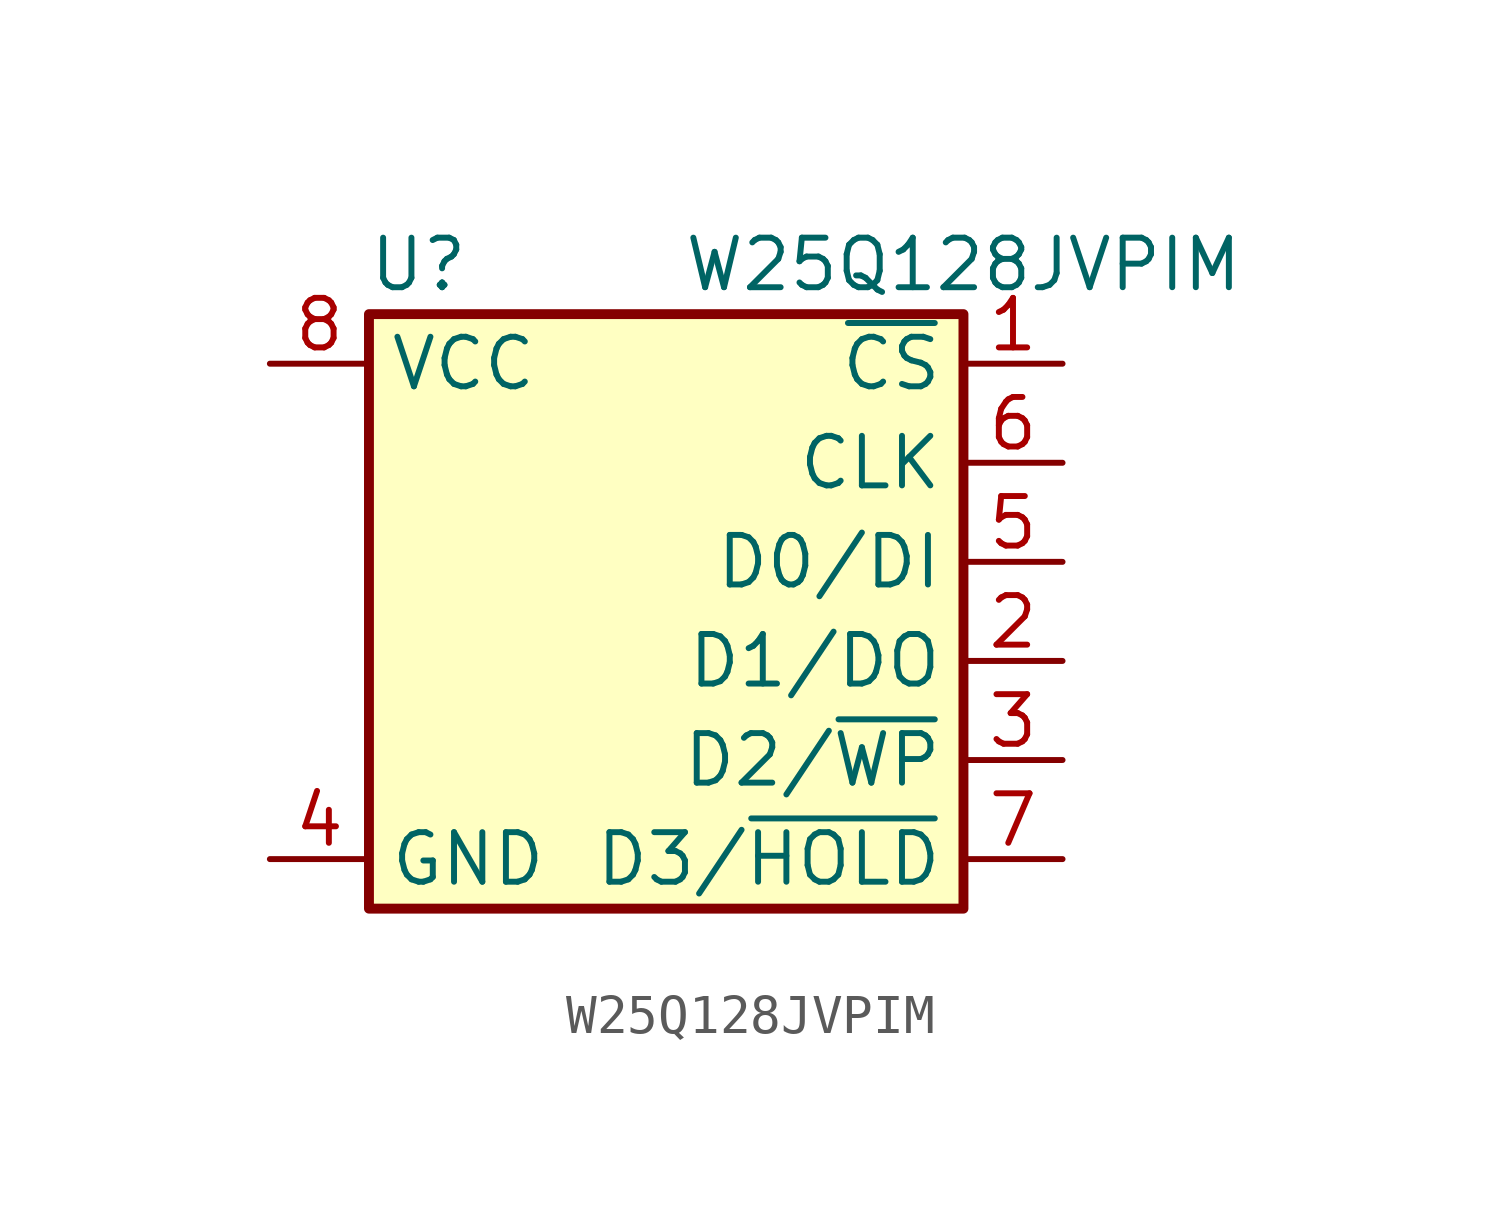
<source format=kicad_sym>
(kicad_symbol_lib
  (version 20220914)
  (generator kicad_symbol_editor)
  (symbol "W25Q128JVPIM"
    (property "Reference" "U"
      (at -6.35 10.16 0)
      (effects (font (size 1.27 1.27))))
    (property "Value" "W25Q128JVPIM"
      (at 7.62 10.16 0)
      (effects (font (size 1.27 1.27))))
    (symbol "W25Q128JVPIM_0_1"
      (rectangle (start -7.62 8.89) (end 7.62 -6.35) (stroke (width 0.254) (type default)) (fill (type background))))
    (symbol "W25Q128JVPIM_1_1"
      (pin input line (at 10.16 7.62 180) (length 2.54) (name "~{CS}" (effects (font (size 1.27 1.27)))) (number "1" (effects (font (size 1.27 1.27)))))
      (pin bidirectional line (at 10.16 0 180) (length 2.54) (name "D1/DO" (effects (font (size 1.27 1.27)))) (number "2" (effects (font (size 1.27 1.27)))))
      (pin bidirectional line (at 10.16 -2.54 180) (length 2.54) (name "D2/~{WP}" (effects (font (size 1.27 1.27)))) (number "3" (effects (font (size 1.27 1.27)))))
      (pin power_in line (at -10.16 -5.08 0) (length 2.54) (name "GND" (effects (font (size 1.27 1.27)))) (number "4" (effects (font (size 1.27 1.27)))))
      (pin bidirectional line (at 10.16 2.54 180) (length 2.54) (name "D0/DI" (effects (font (size 1.27 1.27)))) (number "5" (effects (font (size 1.27 1.27)))))
      (pin input line (at 10.16 5.08 180) (length 2.54) (name "CLK" (effects (font (size 1.27 1.27)))) (number "6" (effects (font (size 1.27 1.27)))))
      (pin bidirectional line (at 10.16 -5.08 180) (length 2.54) (name "D3/~{HOLD}" (effects (font (size 1.27 1.27)))) (number "7" (effects (font (size 1.27 1.27)))))
      (pin power_in line (at -10.16 7.62 0) (length 2.54) (name "VCC" (effects (font (size 1.27 1.27)))) (number "8" (effects (font (size 1.27 1.27))))))))
</source>
